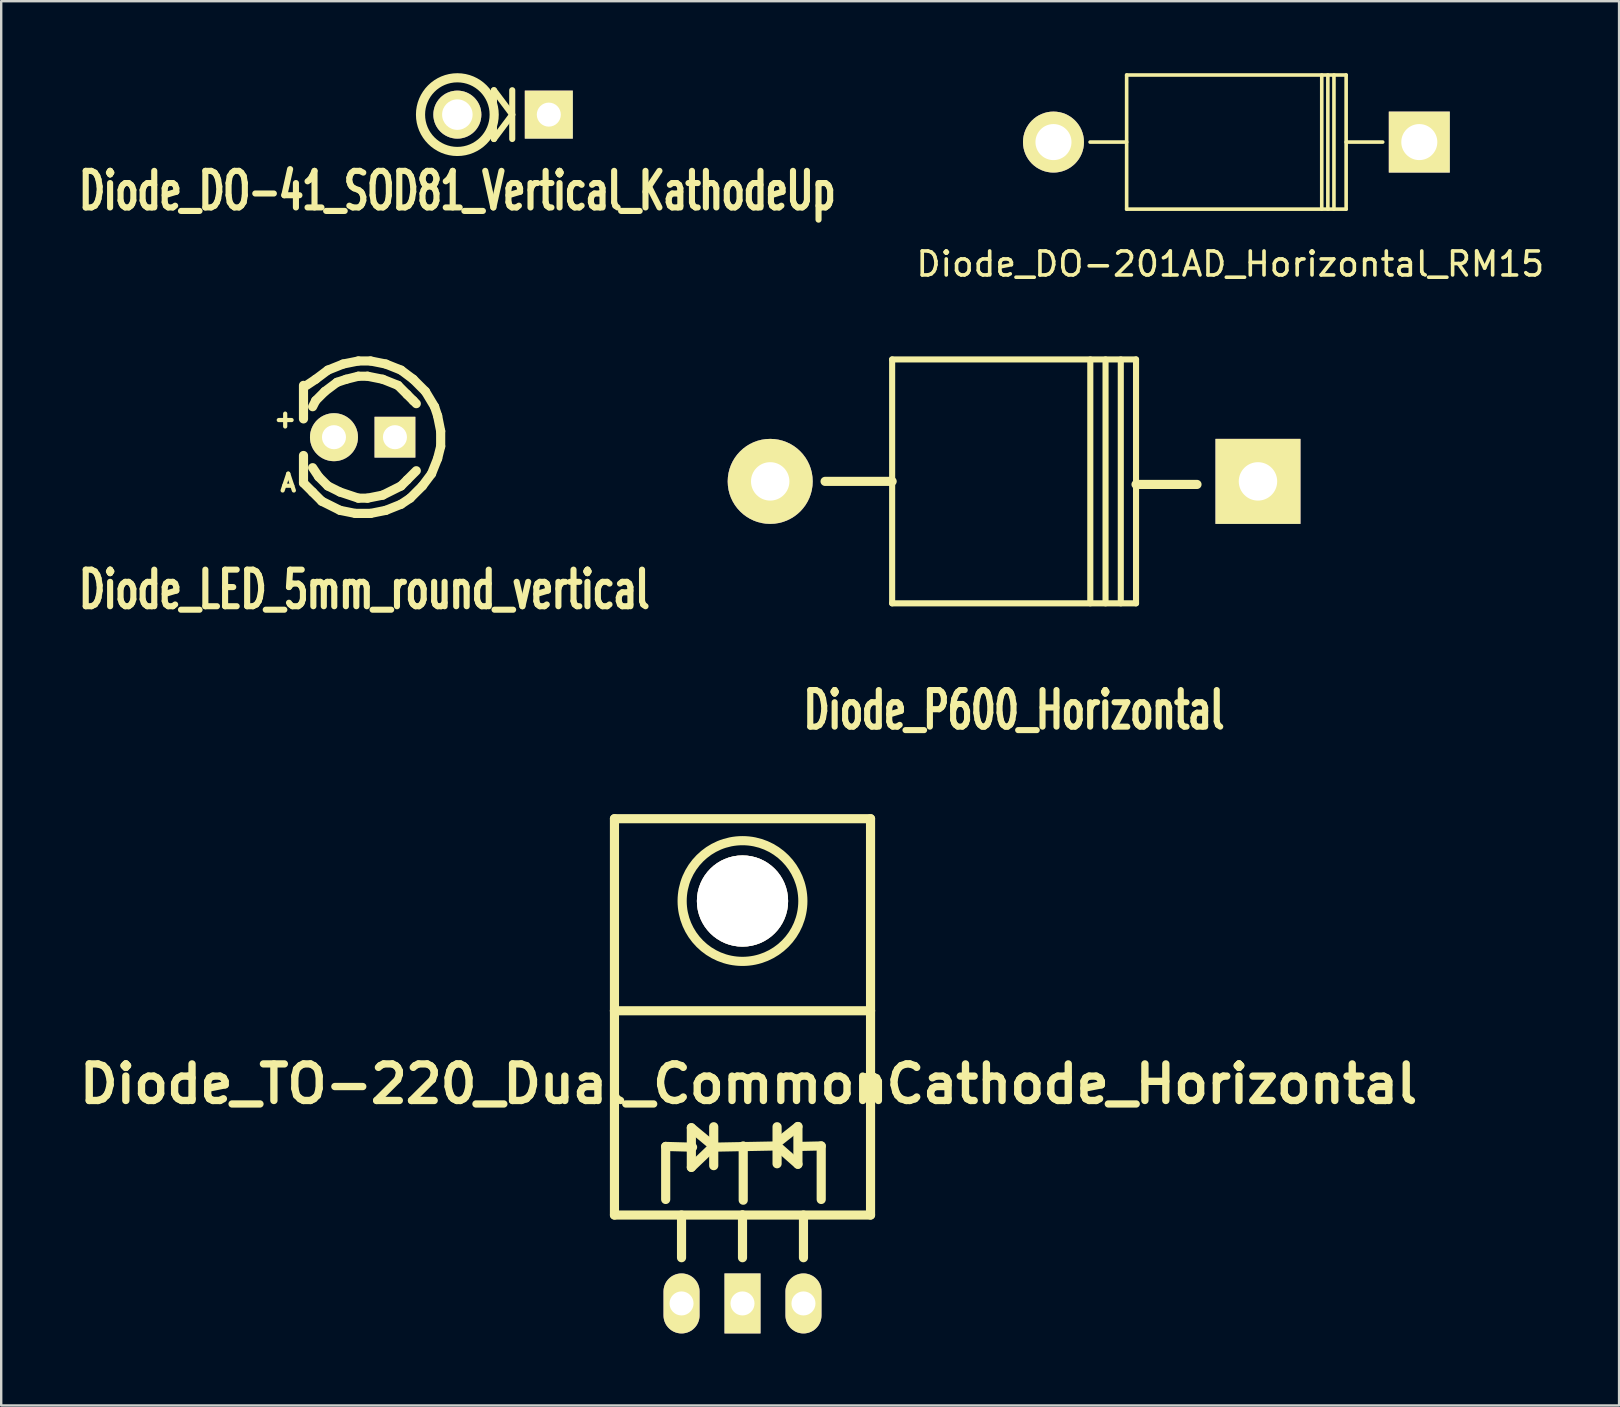
<source format=kicad_pcb>
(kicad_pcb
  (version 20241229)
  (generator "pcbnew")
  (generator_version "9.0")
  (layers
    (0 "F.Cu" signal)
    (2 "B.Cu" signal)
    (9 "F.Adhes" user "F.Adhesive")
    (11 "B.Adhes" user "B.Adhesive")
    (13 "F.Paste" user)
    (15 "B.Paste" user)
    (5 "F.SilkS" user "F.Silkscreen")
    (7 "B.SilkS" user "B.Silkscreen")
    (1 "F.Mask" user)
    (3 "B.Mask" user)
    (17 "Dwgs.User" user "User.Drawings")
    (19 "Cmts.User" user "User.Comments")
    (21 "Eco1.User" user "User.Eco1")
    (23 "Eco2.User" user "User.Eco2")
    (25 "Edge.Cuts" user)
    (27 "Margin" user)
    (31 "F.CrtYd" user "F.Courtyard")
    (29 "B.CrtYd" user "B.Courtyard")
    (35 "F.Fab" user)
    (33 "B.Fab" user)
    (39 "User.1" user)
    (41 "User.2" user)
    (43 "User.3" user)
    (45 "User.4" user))
  (footprint "Diode_TO-220_Dual_CommonCathode_Horizontal"
    (layer "F.Cu")
    (at 27.882 51.25)
    (property "Reference" "Diode_TO-220_Dual_CommonCathode_Horizontal" (at 0.254 -9.144 0) (layer "F.SilkS") (effects (font (size 1.524 1.524) (thickness 0.305))))
    (attr through_hole)
    (fp_line (start -5.334 -20.193) (end -5.334 -12.192) (stroke (width 0.381) (type solid)) (layer "F.SilkS"))
    (fp_line (start -5.334 -12.192) (end -5.334 -3.683) (stroke (width 0.381) (type solid)) (layer "F.SilkS"))
    (fp_line (start -3.2 -6.54) (end -3.2 -4.331) (stroke (width 0.381) (type solid)) (layer "F.SilkS"))
    (fp_line (start -2.54 -3.683) (end -2.54 -1.905) (stroke (width 0.381) (type solid)) (layer "F.SilkS"))
    (fp_line (start -2.131 -7.32) (end -2.131 -5.669) (stroke (width 0.381) (type solid)) (layer "F.SilkS"))
    (fp_line (start -2.131 -5.669) (end -1.219 -6.54) (stroke (width 0.381) (type solid)) (layer "F.SilkS"))
    (fp_line (start -2.08 -6.51) (end -3.2 -6.54) (stroke (width 0.381) (type solid)) (layer "F.SilkS"))
    (fp_line (start -1.24 -6.51) (end 1.45 -6.561) (stroke (width 0.381) (type solid)) (layer "F.SilkS"))
    (fp_line (start -1.219 -6.561) (end -2.131 -7.32) (stroke (width 0.381) (type solid)) (layer "F.SilkS"))
    (fp_line (start -1.199 -7.361) (end -1.199 -5.74) (stroke (width 0.381) (type solid)) (layer "F.SilkS"))
    (fp_line (start 0 -3.683) (end -5.334 -3.683) (stroke (width 0.381) (type solid)) (layer "F.SilkS"))
    (fp_line (start 0 -3.683) (end 0 -1.905) (stroke (width 0.381) (type solid)) (layer "F.SilkS"))
    (fp_line (start 0 -3.683) (end 5.334 -3.683) (stroke (width 0.381) (type solid)) (layer "F.SilkS"))
    (fp_line (start 0.03 -6.561) (end 0.03 -4.3) (stroke (width 0.381) (type solid)) (layer "F.SilkS"))
    (fp_line (start 1.44 -7.361) (end 1.44 -5.819) (stroke (width 0.381) (type solid)) (layer "F.SilkS"))
    (fp_line (start 1.45 -6.69) (end 2.309 -7.371) (stroke (width 0.381) (type solid)) (layer "F.SilkS"))
    (fp_line (start 2.309 -7.371) (end 2.309 -5.799) (stroke (width 0.381) (type solid)) (layer "F.SilkS"))
    (fp_line (start 2.309 -5.799) (end 1.501 -6.51) (stroke (width 0.381) (type solid)) (layer "F.SilkS"))
    (fp_line (start 2.339 -6.54) (end 3.279 -6.561) (stroke (width 0.381) (type solid)) (layer "F.SilkS"))
    (fp_line (start 2.54 -3.683) (end 2.54 -1.905) (stroke (width 0.381) (type solid)) (layer "F.SilkS"))
    (fp_line (start 3.279 -6.561) (end 3.279 -4.331) (stroke (width 0.381) (type solid)) (layer "F.SilkS"))
    (fp_line (start 5.334 -20.193) (end -5.334 -20.193) (stroke (width 0.381) (type solid)) (layer "F.SilkS"))
    (fp_line (start 5.334 -12.192) (end -5.334 -12.192) (stroke (width 0.381) (type solid)) (layer "F.SilkS"))
    (fp_line (start 5.334 -12.192) (end 5.334 -20.193) (stroke (width 0.381) (type solid)) (layer "F.SilkS"))
    (fp_line (start 5.334 -3.683) (end 5.334 -12.192) (stroke (width 0.381) (type solid)) (layer "F.SilkS"))
    (fp_circle (center 0 -16.764) (end 1.778 -14.986) (stroke (width 0.381) (type solid)) (fill no) (layer "F.SilkS"))
    (pad "1" thru_hole oval (at -2.54 0 90) (size 2.499 1.501) (drill 1.001) (layers "*.Cu" "*.Mask" "F.SilkS"))
    (pad "2" thru_hole rect (at 0 0 90) (size 2.499 1.501) (drill 1.001) (layers "*.Cu" "*.Mask" "F.SilkS"))
    (pad "3" thru_hole oval (at 2.54 0 90) (size 2.499 1.501) (drill 1.001) (layers "*.Cu" "*.Mask" "F.SilkS"))
    (pad "9" thru_hole circle (at 0 -16.764 90) (size 3.8 3.8) (drill 3.8) (layers "*.Cu" "*.Mask" "F.SilkS")))
  (footprint "Diode_DO-41_SOD81_Vertical_KathodeUp"
    (layer "F.Cu")
    (at 16.003 1.725)
    (property "Reference" "Diode_DO-41_SOD81_Vertical_KathodeUp" (at 0 3.175 0) (layer "F.SilkS") (effects (font (size 1.524 1.016) (thickness 0.254))))
    (attr through_hole)
    (fp_line (start 1.524 -1.016) (end 1.524 1.016) (stroke (width 0.254) (type solid)) (layer "F.SilkS"))
    (fp_line (start 1.524 -1.016) (end 2.286 0) (stroke (width 0.254) (type solid)) (layer "F.SilkS"))
    (fp_line (start 2.286 -1.016) (end 2.286 1.016) (stroke (width 0.254) (type solid)) (layer "F.SilkS"))
    (fp_line (start 2.286 0) (end 1.524 1.016) (stroke (width 0.254) (type solid)) (layer "F.SilkS"))
    (fp_circle (center 0 0) (end 1.397 0.635) (stroke (width 0.381) (type solid)) (fill no) (layer "F.SilkS"))
    (pad "1" thru_hole circle (at 0 0) (size 1.999 1.999) (drill 1.27) (layers "*.Cu" "*.Mask" "F.SilkS"))
    (pad "2" thru_hole rect (at 3.81 0) (size 1.999 1.999) (drill 1.001) (layers "*.Cu" "*.Mask" "F.SilkS")))
  (footprint "Diode_DO-201AD_Horizontal_RM15"
    (layer "F.Cu")
    (at 48.457 2.869)
    (property "Reference" "Diode_DO-201AD_Horizontal_RM15" (at -0.254 5.08 0) (layer "F.SilkS") (effects (font (size 1 1) (thickness 0.15))))
    (attr through_hole)
    (fp_line (start -4.572 -2.794) (end -4.572 2.794) (stroke (width 0.15) (type solid)) (layer "F.SilkS"))
    (fp_line (start -4.572 0) (end -6.096 0) (stroke (width 0.15) (type solid)) (layer "F.SilkS"))
    (fp_line (start -4.572 2.794) (end 4.572 2.794) (stroke (width 0.15) (type solid)) (layer "F.SilkS"))
    (fp_line (start 3.556 -2.794) (end 3.556 2.794) (stroke (width 0.15) (type solid)) (layer "F.SilkS"))
    (fp_line (start 3.81 -2.794) (end 3.81 2.794) (stroke (width 0.15) (type solid)) (layer "F.SilkS"))
    (fp_line (start 4.064 -2.794) (end 4.064 2.794) (stroke (width 0.15) (type solid)) (layer "F.SilkS"))
    (fp_line (start 4.572 -2.794) (end -4.572 -2.794) (stroke (width 0.15) (type solid)) (layer "F.SilkS"))
    (fp_line (start 4.572 0) (end 6.096 0) (stroke (width 0.15) (type solid)) (layer "F.SilkS"))
    (fp_line (start 4.572 2.794) (end 4.572 -2.794) (stroke (width 0.15) (type solid)) (layer "F.SilkS"))
    (pad "1" thru_hole circle (at -7.62 0) (size 2.54 2.54) (drill 1.501) (layers "*.Cu" "*.Mask" "F.SilkS"))
    (pad "2" thru_hole rect (at 7.62 0) (size 2.54 2.54) (drill 1.501) (layers "*.Cu" "*.Mask" "F.SilkS")))
  (footprint "Diode_LED_5mm_round_vertical"
    (layer "F.Cu")
    (at 12.133 15.163)
    (property "Reference" "Diode_LED_5mm_round_vertical" (at 0 6.35 0) (layer "F.SilkS") (effects (font (size 1.524 1.016) (thickness 0.254))))
    (attr through_hole)
    (fp_line (start -2.54 -2.159) (end -2.54 -0.762) (stroke (width 0.381) (type solid)) (layer "F.SilkS"))
    (fp_line (start -2.54 1.905) (end -2.54 0.762) (stroke (width 0.381) (type solid)) (layer "F.SilkS"))
    (fp_line (start -2.54 1.905) (end -2.159 2.286) (stroke (width 0.381) (type solid)) (layer "F.SilkS"))
    (fp_line (start -2.413 -2.159) (end -2.032 -2.413) (stroke (width 0.381) (type solid)) (layer "F.SilkS"))
    (fp_line (start -2.159 -1.27) (end -2.032 -1.524) (stroke (width 0.381) (type solid)) (layer "F.SilkS"))
    (fp_line (start -2.159 1.27) (end -1.905 1.651) (stroke (width 0.381) (type solid)) (layer "F.SilkS"))
    (fp_line (start -2.032 -2.413) (end -1.524 -2.794) (stroke (width 0.381) (type solid)) (layer "F.SilkS"))
    (fp_line (start -2.032 -1.524) (end -1.651 -1.905) (stroke (width 0.381) (type solid)) (layer "F.SilkS"))
    (fp_line (start -1.905 1.651) (end -1.524 2.032) (stroke (width 0.381) (type solid)) (layer "F.SilkS"))
    (fp_line (start -1.778 2.667) (end -2.159 2.286) (stroke (width 0.381) (type solid)) (layer "F.SilkS"))
    (fp_line (start -1.651 -1.905) (end -1.143 -2.286) (stroke (width 0.381) (type solid)) (layer "F.SilkS"))
    (fp_line (start -1.524 -2.794) (end -0.889 -3.048) (stroke (width 0.381) (type solid)) (layer "F.SilkS"))
    (fp_line (start -1.524 2.032) (end -1.016 2.286) (stroke (width 0.381) (type solid)) (layer "F.SilkS"))
    (fp_line (start -1.143 -2.286) (end -0.762 -2.413) (stroke (width 0.381) (type solid)) (layer "F.SilkS"))
    (fp_line (start -1.016 2.286) (end -0.254 2.54) (stroke (width 0.381) (type solid)) (layer "F.SilkS"))
    (fp_line (start -1.016 3.048) (end -1.778 2.667) (stroke (width 0.381) (type solid)) (layer "F.SilkS"))
    (fp_line (start -0.889 -3.048) (end -0.254 -3.175) (stroke (width 0.381) (type solid)) (layer "F.SilkS"))
    (fp_line (start -0.762 -2.413) (end -0.254 -2.54) (stroke (width 0.381) (type solid)) (layer "F.SilkS"))
    (fp_line (start -0.381 3.175) (end -1.016 3.048) (stroke (width 0.381) (type solid)) (layer "F.SilkS"))
    (fp_line (start -0.254 -3.175) (end 0.254 -3.175) (stroke (width 0.381) (type solid)) (layer "F.SilkS"))
    (fp_line (start -0.254 -2.54) (end 0.127 -2.54) (stroke (width 0.381) (type solid)) (layer "F.SilkS"))
    (fp_line (start -0.254 2.54) (end 0.127 2.54) (stroke (width 0.381) (type solid)) (layer "F.SilkS"))
    (fp_line (start 0.127 -2.54) (end 0.762 -2.413) (stroke (width 0.381) (type solid)) (layer "F.SilkS"))
    (fp_line (start 0.127 2.54) (end 0.762 2.413) (stroke (width 0.381) (type solid)) (layer "F.SilkS"))
    (fp_line (start 0.254 -3.175) (end 0.889 -3.048) (stroke (width 0.381) (type solid)) (layer "F.SilkS"))
    (fp_line (start 0.254 3.175) (end -0.381 3.175) (stroke (width 0.381) (type solid)) (layer "F.SilkS"))
    (fp_line (start 0.762 -2.413) (end 1.397 -2.159) (stroke (width 0.381) (type solid)) (layer "F.SilkS"))
    (fp_line (start 0.762 2.413) (end 1.524 2.032) (stroke (width 0.381) (type solid)) (layer "F.SilkS"))
    (fp_line (start 0.889 -3.048) (end 1.524 -2.794) (stroke (width 0.381) (type solid)) (layer "F.SilkS"))
    (fp_line (start 0.889 3.048) (end 0.254 3.175) (stroke (width 0.381) (type solid)) (layer "F.SilkS"))
    (fp_line (start 1.397 -2.159) (end 1.778 -1.778) (stroke (width 0.381) (type solid)) (layer "F.SilkS"))
    (fp_line (start 1.524 -2.794) (end 2.032 -2.413) (stroke (width 0.381) (type solid)) (layer "F.SilkS"))
    (fp_line (start 1.524 2.032) (end 1.778 1.778) (stroke (width 0.381) (type solid)) (layer "F.SilkS"))
    (fp_line (start 1.524 2.794) (end 0.889 3.048) (stroke (width 0.381) (type solid)) (layer "F.SilkS"))
    (fp_line (start 1.778 -1.778) (end 2.032 -1.524) (stroke (width 0.381) (type solid)) (layer "F.SilkS"))
    (fp_line (start 1.778 1.778) (end 2.159 1.397) (stroke (width 0.381) (type solid)) (layer "F.SilkS"))
    (fp_line (start 1.905 2.54) (end 1.524 2.794) (stroke (width 0.381) (type solid)) (layer "F.SilkS"))
    (fp_line (start 2.032 -2.413) (end 2.54 -1.905) (stroke (width 0.381) (type solid)) (layer "F.SilkS"))
    (fp_line (start 2.032 -1.524) (end 2.159 -1.397) (stroke (width 0.381) (type solid)) (layer "F.SilkS"))
    (fp_line (start 2.413 2.032) (end 1.905 2.54) (stroke (width 0.381) (type solid)) (layer "F.SilkS"))
    (fp_line (start 2.54 -1.905) (end 2.921 -1.27) (stroke (width 0.381) (type solid)) (layer "F.SilkS"))
    (fp_line (start 2.794 1.524) (end 2.413 2.032) (stroke (width 0.381) (type solid)) (layer "F.SilkS"))
    (fp_line (start 2.921 -1.27) (end 3.048 -0.889) (stroke (width 0.381) (type solid)) (layer "F.SilkS"))
    (fp_line (start 3.048 -0.889) (end 3.175 -0.254) (stroke (width 0.381) (type solid)) (layer "F.SilkS"))
    (fp_line (start 3.048 0.889) (end 2.794 1.524) (stroke (width 0.381) (type solid)) (layer "F.SilkS"))
    (fp_line (start 3.175 -0.254) (end 3.175 0.381) (stroke (width 0.381) (type solid)) (layer "F.SilkS"))
    (fp_line (start 3.175 0.381) (end 3.048 0.889) (stroke (width 0.381) (type solid)) (layer "F.SilkS"))
    (fp_text user "+" (at -3.302 -0.762 0) (layer "F.SilkS") (effects (font (size 0.701 0.701) (thickness 0.175))))
    (fp_text user "A" (at -3.175 1.905 0) (layer "F.SilkS") (effects (font (size 0.701 0.701) (thickness 0.175))))
    (pad "1" thru_hole circle (at -1.27 0 90) (size 1.999 1.999) (drill 1.001) (layers "*.Cu" "*.Mask" "F.SilkS"))
    (pad "2" thru_hole rect (at 1.27 0) (size 1.699 1.699) (drill 1.001) (layers "*.Cu" "*.Mask" "F.SilkS")))
  (footprint "Diode_P600_Horizontal"
    (layer "F.Cu")
    (at 39.196 17.004)
    (property "Reference" "Diode_P600_Horizontal" (at 0 9.525 0) (layer "F.SilkS") (effects (font (size 1.524 1.016) (thickness 0.254))))
    (attr through_hole)
    (fp_line (start -5.08 -5.08) (end -5.08 5.08) (stroke (width 0.254) (type solid)) (layer "F.SilkS"))
    (fp_line (start -5.08 -5.08) (end 5.08 -5.08) (stroke (width 0.254) (type solid)) (layer "F.SilkS"))
    (fp_line (start -5.08 0) (end -7.874 0) (stroke (width 0.381) (type solid)) (layer "F.SilkS"))
    (fp_line (start -5.08 5.08) (end 5.08 5.08) (stroke (width 0.254) (type solid)) (layer "F.SilkS"))
    (fp_line (start 3.175 -5.08) (end 3.175 5.08) (stroke (width 0.254) (type solid)) (layer "F.SilkS"))
    (fp_line (start 3.81 -5.08) (end 3.81 5.08) (stroke (width 0.254) (type solid)) (layer "F.SilkS"))
    (fp_line (start 4.445 -5.08) (end 4.445 5.08) (stroke (width 0.254) (type solid)) (layer "F.SilkS"))
    (fp_line (start 5.08 -5.08) (end 5.08 5.08) (stroke (width 0.254) (type solid)) (layer "F.SilkS"))
    (fp_line (start 5.08 0.127) (end 7.62 0.127) (stroke (width 0.381) (type solid)) (layer "F.SilkS"))
    (pad "1" thru_hole circle (at -10.16 0) (size 3.541 3.541) (drill 1.6) (layers "*.Cu" "*.Mask" "F.SilkS"))
    (pad "2" thru_hole rect (at 10.16 0) (size 3.541 3.541) (drill 1.6) (layers "*.Cu" "*.Mask" "F.SilkS")))
  (gr_rect
    (start -3 -3)
    (end 64.399 55.5)
    (stroke (width 0.1) (type default))
    (fill no)
    (layer "Edge.Cuts")))
</source>
